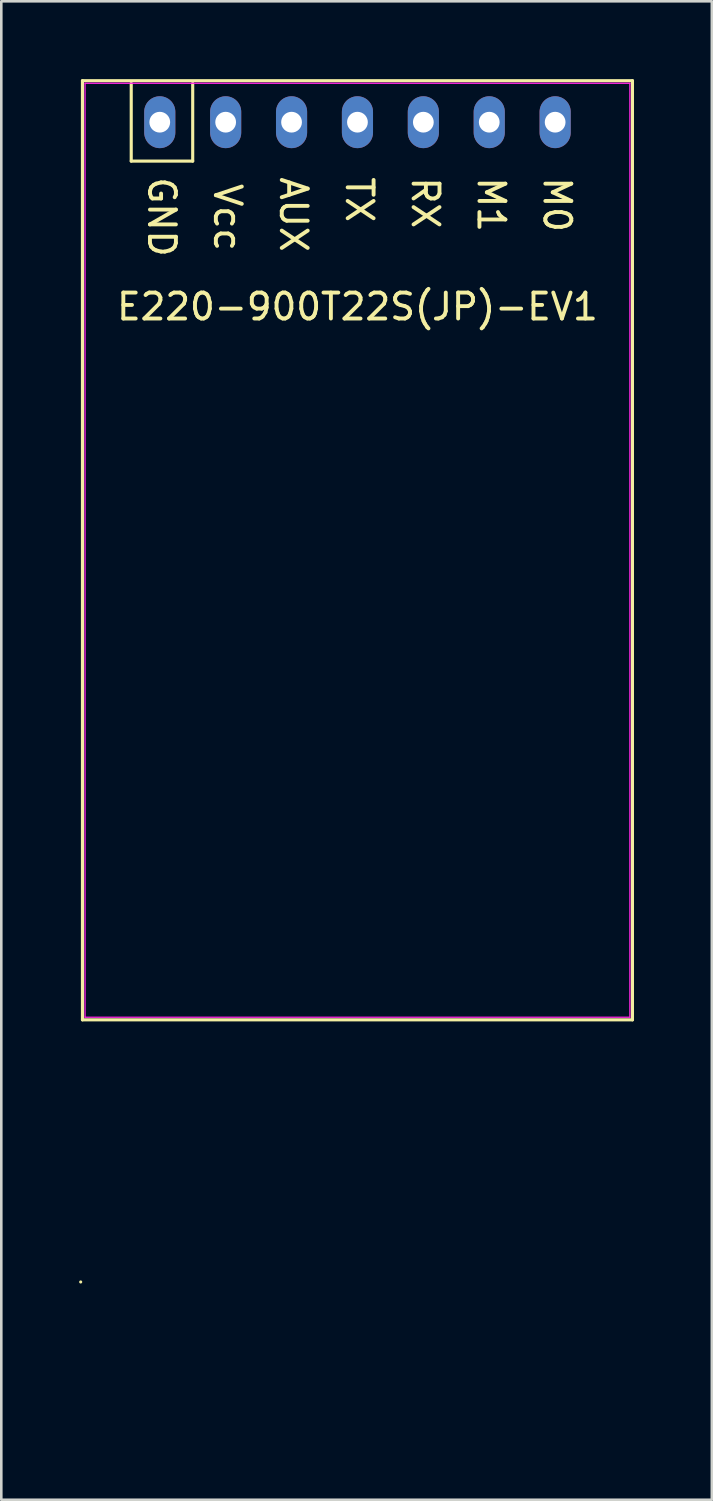
<source format=kicad_pcb>
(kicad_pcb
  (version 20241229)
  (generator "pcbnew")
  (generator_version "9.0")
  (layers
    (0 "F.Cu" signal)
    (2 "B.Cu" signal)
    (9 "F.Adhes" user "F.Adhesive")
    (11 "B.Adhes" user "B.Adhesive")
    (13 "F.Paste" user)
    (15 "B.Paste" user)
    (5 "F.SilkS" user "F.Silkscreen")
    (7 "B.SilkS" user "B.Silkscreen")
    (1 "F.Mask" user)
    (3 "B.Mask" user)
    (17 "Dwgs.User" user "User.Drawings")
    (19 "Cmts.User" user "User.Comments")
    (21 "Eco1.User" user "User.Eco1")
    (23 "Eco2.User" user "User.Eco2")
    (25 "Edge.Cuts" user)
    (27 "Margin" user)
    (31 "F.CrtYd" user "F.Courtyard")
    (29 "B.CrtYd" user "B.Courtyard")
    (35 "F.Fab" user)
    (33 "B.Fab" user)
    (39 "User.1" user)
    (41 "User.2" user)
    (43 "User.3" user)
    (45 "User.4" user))
  (footprint "E220-900T22S(JP)-EV1"
    (layer "F.Cu")
    (at 10.728 1.66)
    (property "Reference" "E220-900T22S(JP)-EV1" (at 0 7.112 0) (layer "F.SilkS") (effects (font (size 1 1) (thickness 0.15))))
    (attr through_hole)
    (fp_line (start -10.668 44.704) (end -10.668 44.704) (stroke (width 0.12) (type default)) (layer "F.SilkS"))
    (fp_line (start -10.6 -1.6) (end 10.6 -1.6) (stroke (width 0.12) (type default)) (layer "F.SilkS"))
    (fp_line (start -10.6 34.6) (end -10.6 -1.6) (stroke (width 0.12) (type default)) (layer "F.SilkS"))
    (fp_line (start -10.6 34.6) (end 10.6 34.6) (stroke (width 0.12) (type default)) (layer "F.SilkS"))
    (fp_line (start -8.72 -1.5) (end -8.72 1.5) (stroke (width 0.12) (type default)) (layer "F.SilkS"))
    (fp_line (start -6.35 -1.5) (end -6.35 1.5) (stroke (width 0.12) (type default)) (layer "F.SilkS"))
    (fp_line (start -6.35 1.5) (end -8.72 1.5) (stroke (width 0.12) (type default)) (layer "F.SilkS"))
    (fp_line (start 10.6 -1.6) (end 10.6 34.6) (stroke (width 0.12) (type default)) (layer "F.SilkS"))
    (fp_line (start -10.5 -1.5) (end 10.5 -1.5) (stroke (width 0.05) (type default)) (layer "F.CrtYd"))
    (fp_line (start -10.5 34.5) (end -10.5 -1.5) (stroke (width 0.05) (type default)) (layer "F.CrtYd"))
    (fp_line (start 10.5 -1.5) (end 10.5 34.5) (stroke (width 0.05) (type default)) (layer "F.CrtYd"))
    (fp_line (start 10.5 34.5) (end -10.5 34.5) (stroke (width 0.05) (type default)) (layer "F.CrtYd"))
    (fp_text user "TX" (at -0.508 2.032 270) (unlocked yes) (layer "F.SilkS") (effects (font (size 1 1) (thickness 0.15)) (justify left bottom)))
    (fp_text user "RX" (at 2.032 2.032 270) (unlocked yes) (layer "F.SilkS") (effects (font (size 1 1) (thickness 0.15)) (justify left bottom)))
    (fp_text user "M1" (at 4.572 2.032 270) (unlocked yes) (layer "F.SilkS") (effects (font (size 1 1) (thickness 0.15)) (justify left bottom)))
    (fp_text user "Vcc" (at -5.588 2.286 270) (unlocked yes) (layer "F.SilkS") (effects (font (size 1 1) (thickness 0.15)) (justify left bottom)))
    (fp_text user "M0" (at 7.112 2.032 270) (unlocked yes) (layer "F.SilkS") (effects (font (size 1 1) (thickness 0.15)) (justify left bottom)))
    (fp_text user "GND" (at -8.128 2.032 270) (unlocked yes) (layer "F.SilkS") (effects (font (size 1 1) (thickness 0.15)) (justify left bottom)))
    (fp_text user "AUX" (at -3.048 2.032 270) (unlocked yes) (layer "F.SilkS") (effects (font (size 1 1) (thickness 0.15)) (justify left bottom)))
    (pad "1" thru_hole oval (at -7.62 0) (size 1.2 2) (drill 0.8) (layers "*.Cu" "*.Mask"))
    (pad "2" thru_hole oval (at -5.08 0) (size 1.2 2) (drill 0.8) (layers "*.Cu" "*.Mask"))
    (pad "3" thru_hole oval (at -2.54 0) (size 1.2 2) (drill 0.8) (layers "*.Cu" "*.Mask"))
    (pad "4" thru_hole oval (at 0 0) (size 1.2 2) (drill 0.8) (layers "*.Cu" "*.Mask"))
    (pad "5" thru_hole oval (at 2.54 0) (size 1.2 2) (drill 0.8) (layers "*.Cu" "*.Mask"))
    (pad "6" thru_hole oval (at 5.08 0) (size 1.2 2) (drill 0.8) (layers "*.Cu" "*.Mask"))
    (pad "7" thru_hole oval (at 7.62 0) (size 1.2 2) (drill 0.8) (layers "*.Cu" "*.Mask"))
    (zone (net_name "") (layer "F.SilkS") (name "connector") (hatch edge 0.5) (connect_pads) (min_thickness 0.25) (filled_areas_thickness no) (keepout (tracks not_allowed) (vias not_allowed) (pads not_allowed) (copperpour allowed) (footprints not_allowed)) (placement (enabled no)) (fill) (polygon (pts (xy 0.128 36.26) (xy 0.128 51.76) (xy 10.228 51.76) (xy 10.228 36.26)))))
  (gr_rect
    (start -3 -3)
    (end 24.388 54.76)
    (stroke (width 0.1) (type default))
    (fill no)
    (layer "Edge.Cuts")))
</source>
